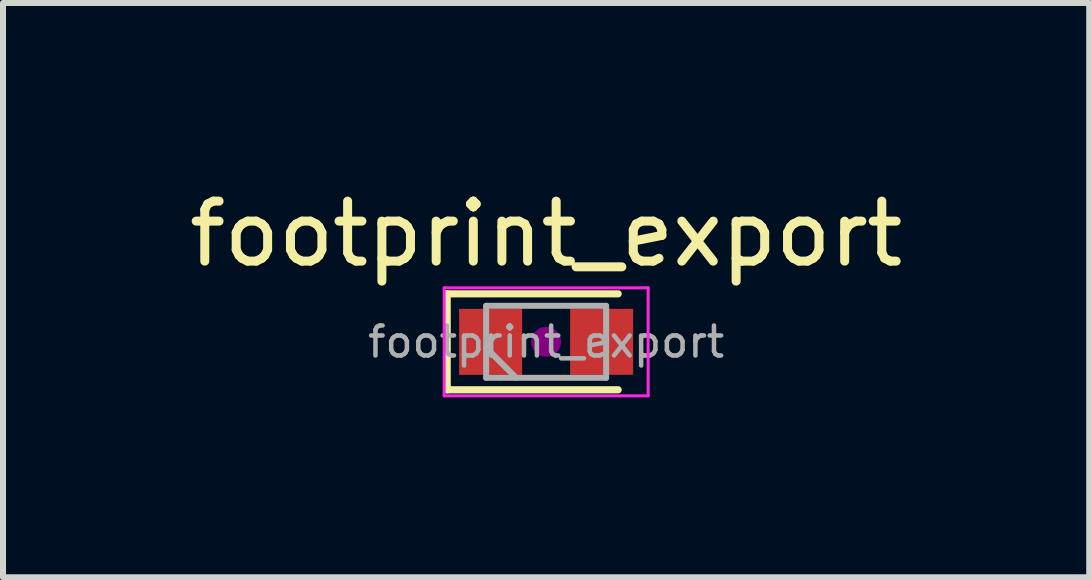
<source format=kicad_pcb>
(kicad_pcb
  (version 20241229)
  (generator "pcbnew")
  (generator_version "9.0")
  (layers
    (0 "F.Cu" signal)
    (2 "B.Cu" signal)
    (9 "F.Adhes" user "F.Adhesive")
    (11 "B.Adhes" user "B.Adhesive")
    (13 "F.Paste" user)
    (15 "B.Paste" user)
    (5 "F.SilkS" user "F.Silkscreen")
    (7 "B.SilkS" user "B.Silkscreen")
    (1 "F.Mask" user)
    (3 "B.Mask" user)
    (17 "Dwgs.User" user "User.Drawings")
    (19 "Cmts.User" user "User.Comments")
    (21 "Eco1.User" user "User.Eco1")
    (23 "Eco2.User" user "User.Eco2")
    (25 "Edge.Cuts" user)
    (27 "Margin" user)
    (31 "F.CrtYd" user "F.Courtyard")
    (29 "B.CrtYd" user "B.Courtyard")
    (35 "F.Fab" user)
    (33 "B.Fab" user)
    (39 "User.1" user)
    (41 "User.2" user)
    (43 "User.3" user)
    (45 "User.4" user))
  (footprint "footprint_export"
    (layer "F.Cu")
    (at 6.054 2.648)
    (property "Reference" "footprint_export" (at 0 -1.8 0) (layer "F.SilkS") (effects (font (size 1 1) (thickness 0.15))))
    (attr smd)
    (fp_line (start -1.65 -0.8) (end -1.65 0.8) (stroke (width 0.12) (type solid)) (layer "F.SilkS"))
    (fp_line (start -1.65 0.8) (end 1.2 0.8) (stroke (width 0.12) (type solid)) (layer "F.SilkS"))
    (fp_line (start 1.2 -0.8) (end -1.65 -0.8) (stroke (width 0.12) (type solid)) (layer "F.SilkS"))
    (fp_circle (center 0 0) (end 0.047 0) (stroke (width 0.093) (type solid)) (fill no) (layer "F.Adhes"))
    (fp_circle (center 0 0) (end 0.107 0) (stroke (width 0.067) (type solid)) (fill no) (layer "F.Adhes"))
    (fp_circle (center 0 0) (end 0.167 0) (stroke (width 0.067) (type solid)) (fill no) (layer "F.Adhes"))
    (fp_circle (center 0 0) (end 0.2 0) (stroke (width 0.1) (type solid)) (fill no) (layer "F.Adhes"))
    (fp_line (start -1.7 -0.9) (end -1.7 0.9) (stroke (width 0.05) (type solid)) (layer "F.CrtYd"))
    (fp_line (start -1.7 0.9) (end 1.7 0.9) (stroke (width 0.05) (type solid)) (layer "F.CrtYd"))
    (fp_line (start 1.7 -0.9) (end -1.7 -0.9) (stroke (width 0.05) (type solid)) (layer "F.CrtYd"))
    (fp_line (start 1.7 0.9) (end 1.7 -0.9) (stroke (width 0.05) (type solid)) (layer "F.CrtYd"))
    (fp_line (start -1 -0.6) (end -1 0.6) (stroke (width 0.1) (type solid)) (layer "F.Fab"))
    (fp_line (start -1 0.1) (end -0.5 0.6) (stroke (width 0.1) (type solid)) (layer "F.Fab"))
    (fp_line (start -1 0.6) (end 1 0.6) (stroke (width 0.1) (type solid)) (layer "F.Fab"))
    (fp_line (start 1 -0.6) (end -1 -0.6) (stroke (width 0.1) (type solid)) (layer "F.Fab"))
    (fp_line (start 1 0.6) (end 1 -0.6) (stroke (width 0.1) (type solid)) (layer "F.Fab"))
    (fp_text user "${REFERENCE}" (at 0 0 0) (layer "F.Fab") (effects (font (size 0.5 0.5) (thickness 0.075))))
    (pad "1" smd rect (at -0.925 0) (size 1.05 1.1) (layers "F.Cu" "F.Mask" "F.Paste"))
    (pad "2" smd rect (at 0.925 0) (size 1.05 1.1) (layers "F.Cu" "F.Mask" "F.Paste")))
  (gr_rect
    (start -3 -3)
    (end 15.107 6.573)
    (stroke (width 0.1) (type default))
    (fill no)
    (layer "Edge.Cuts")))
</source>
